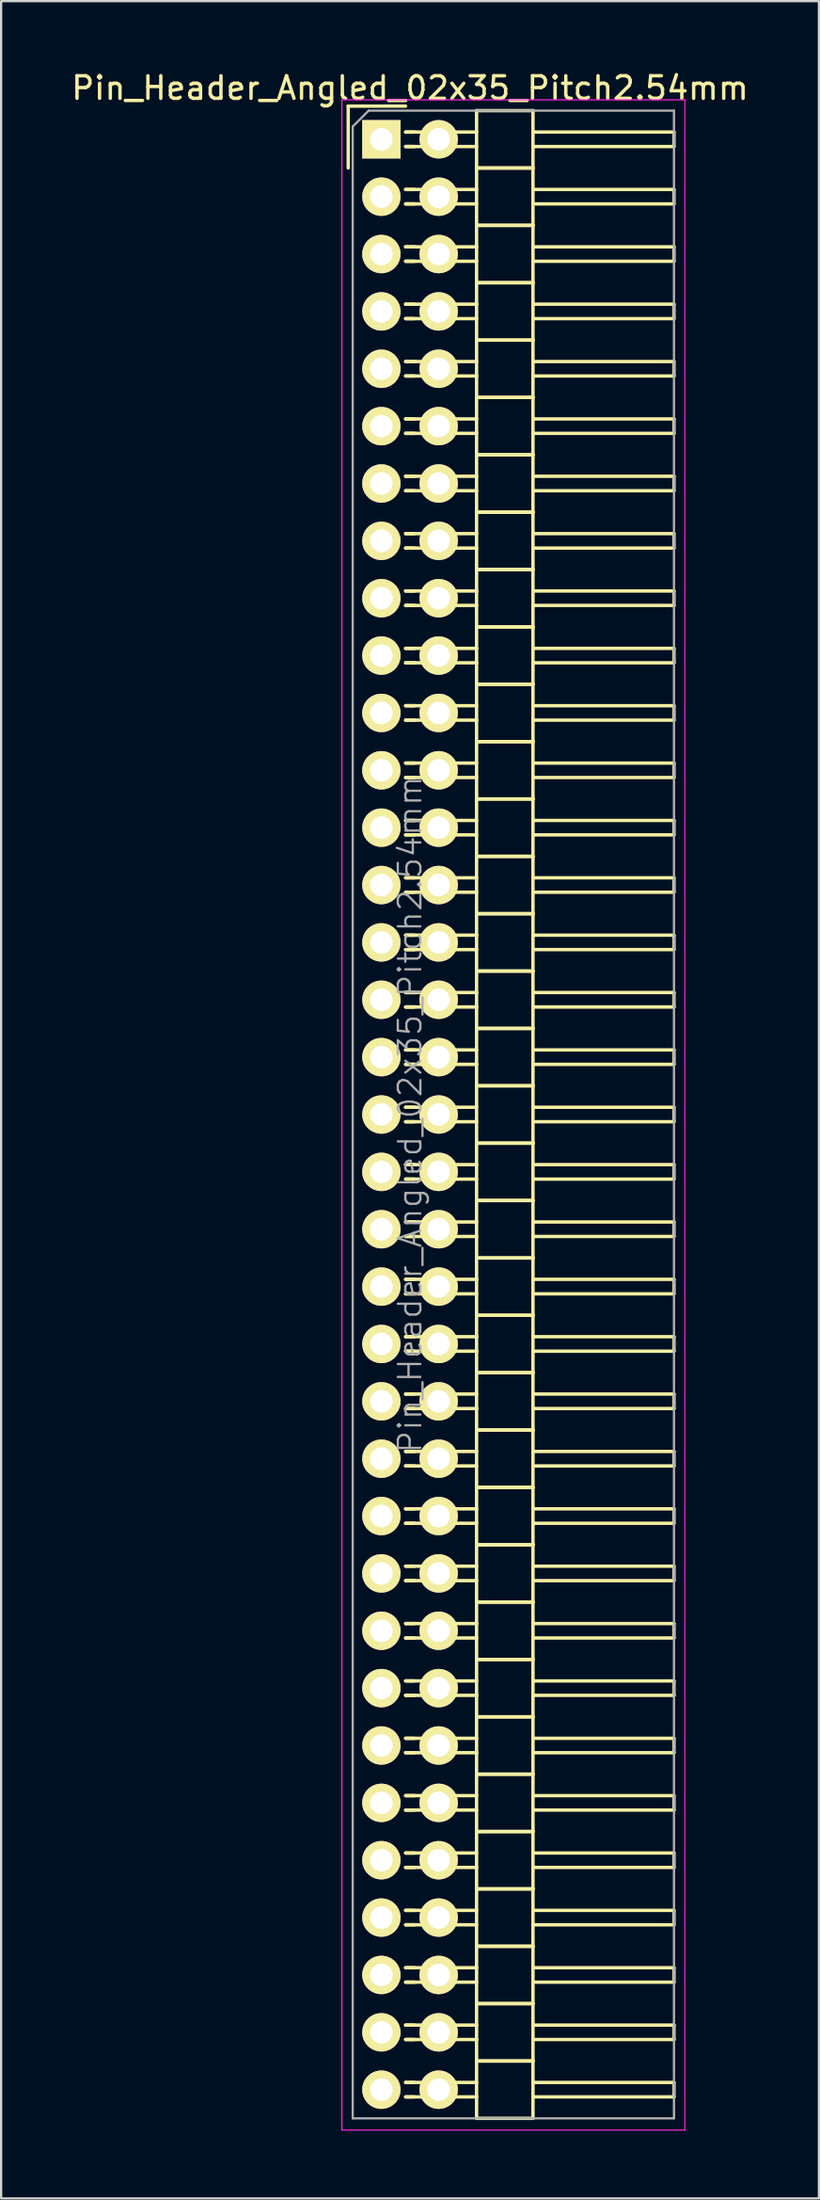
<source format=kicad_pcb>
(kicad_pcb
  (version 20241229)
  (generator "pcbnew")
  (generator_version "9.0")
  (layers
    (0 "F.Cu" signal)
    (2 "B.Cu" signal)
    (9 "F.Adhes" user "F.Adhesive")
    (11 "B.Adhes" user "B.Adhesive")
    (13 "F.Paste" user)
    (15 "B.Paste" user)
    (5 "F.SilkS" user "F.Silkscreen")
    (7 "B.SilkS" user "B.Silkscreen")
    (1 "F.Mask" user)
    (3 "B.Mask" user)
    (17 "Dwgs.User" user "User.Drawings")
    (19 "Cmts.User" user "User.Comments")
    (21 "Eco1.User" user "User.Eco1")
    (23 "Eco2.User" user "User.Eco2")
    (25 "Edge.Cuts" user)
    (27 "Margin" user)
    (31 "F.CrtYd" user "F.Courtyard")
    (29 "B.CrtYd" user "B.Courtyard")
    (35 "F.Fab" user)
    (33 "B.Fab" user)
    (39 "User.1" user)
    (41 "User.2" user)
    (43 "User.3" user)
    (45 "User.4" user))
  (footprint "Pin_Header_Angled_02x35_Pitch2.54mm"
    (layer "F.Cu")
    (at 13.855 3.118)
    (property "Reference" "Pin_Header_Angled_02x35_Pitch2.54mm" (at 1.27 -2.27 0) (layer "F.SilkS") (effects (font (size 1 1) (thickness 0.15))))
    (attr smd)
    (fp_line (start -1.47 -1.47) (end -1.47 1.27) (stroke (width 0.15) (type solid)) (layer "F.SilkS"))
    (fp_line (start -1.47 -1.47) (end 1.07 -1.47) (stroke (width 0.15) (type solid)) (layer "F.SilkS"))
    (fp_line (start 1.465 -0.32) (end 1.075 -0.32) (stroke (width 0.15) (type solid)) (layer "F.SilkS"))
    (fp_line (start 1.465 0.32) (end 1.075 0.32) (stroke (width 0.15) (type solid)) (layer "F.SilkS"))
    (fp_line (start 1.465 2.22) (end 1.075 2.22) (stroke (width 0.15) (type solid)) (layer "F.SilkS"))
    (fp_line (start 1.465 2.86) (end 1.075 2.86) (stroke (width 0.15) (type solid)) (layer "F.SilkS"))
    (fp_line (start 1.465 4.76) (end 1.075 4.76) (stroke (width 0.15) (type solid)) (layer "F.SilkS"))
    (fp_line (start 1.465 5.4) (end 1.075 5.4) (stroke (width 0.15) (type solid)) (layer "F.SilkS"))
    (fp_line (start 1.465 7.3) (end 1.075 7.3) (stroke (width 0.15) (type solid)) (layer "F.SilkS"))
    (fp_line (start 1.465 7.94) (end 1.075 7.94) (stroke (width 0.15) (type solid)) (layer "F.SilkS"))
    (fp_line (start 1.465 9.84) (end 1.075 9.84) (stroke (width 0.15) (type solid)) (layer "F.SilkS"))
    (fp_line (start 1.465 10.48) (end 1.075 10.48) (stroke (width 0.15) (type solid)) (layer "F.SilkS"))
    (fp_line (start 1.465 12.38) (end 1.075 12.38) (stroke (width 0.15) (type solid)) (layer "F.SilkS"))
    (fp_line (start 1.465 13.02) (end 1.075 13.02) (stroke (width 0.15) (type solid)) (layer "F.SilkS"))
    (fp_line (start 1.465 14.92) (end 1.075 14.92) (stroke (width 0.15) (type solid)) (layer "F.SilkS"))
    (fp_line (start 1.465 15.56) (end 1.075 15.56) (stroke (width 0.15) (type solid)) (layer "F.SilkS"))
    (fp_line (start 1.465 17.46) (end 1.075 17.46) (stroke (width 0.15) (type solid)) (layer "F.SilkS"))
    (fp_line (start 1.465 18.1) (end 1.075 18.1) (stroke (width 0.15) (type solid)) (layer "F.SilkS"))
    (fp_line (start 1.465 20) (end 1.075 20) (stroke (width 0.15) (type solid)) (layer "F.SilkS"))
    (fp_line (start 1.465 20.64) (end 1.075 20.64) (stroke (width 0.15) (type solid)) (layer "F.SilkS"))
    (fp_line (start 1.465 22.54) (end 1.075 22.54) (stroke (width 0.15) (type solid)) (layer "F.SilkS"))
    (fp_line (start 1.465 23.18) (end 1.075 23.18) (stroke (width 0.15) (type solid)) (layer "F.SilkS"))
    (fp_line (start 1.465 25.08) (end 1.075 25.08) (stroke (width 0.15) (type solid)) (layer "F.SilkS"))
    (fp_line (start 1.465 25.72) (end 1.075 25.72) (stroke (width 0.15) (type solid)) (layer "F.SilkS"))
    (fp_line (start 1.465 27.62) (end 1.075 27.62) (stroke (width 0.15) (type solid)) (layer "F.SilkS"))
    (fp_line (start 1.465 28.26) (end 1.075 28.26) (stroke (width 0.15) (type solid)) (layer "F.SilkS"))
    (fp_line (start 1.465 30.16) (end 1.075 30.16) (stroke (width 0.15) (type solid)) (layer "F.SilkS"))
    (fp_line (start 1.465 30.8) (end 1.075 30.8) (stroke (width 0.15) (type solid)) (layer "F.SilkS"))
    (fp_line (start 1.465 32.7) (end 1.075 32.7) (stroke (width 0.15) (type solid)) (layer "F.SilkS"))
    (fp_line (start 1.465 33.34) (end 1.075 33.34) (stroke (width 0.15) (type solid)) (layer "F.SilkS"))
    (fp_line (start 1.465 35.24) (end 1.075 35.24) (stroke (width 0.15) (type solid)) (layer "F.SilkS"))
    (fp_line (start 1.465 35.88) (end 1.075 35.88) (stroke (width 0.15) (type solid)) (layer "F.SilkS"))
    (fp_line (start 1.465 37.78) (end 1.075 37.78) (stroke (width 0.15) (type solid)) (layer "F.SilkS"))
    (fp_line (start 1.465 38.42) (end 1.075 38.42) (stroke (width 0.15) (type solid)) (layer "F.SilkS"))
    (fp_line (start 1.465 40.32) (end 1.075 40.32) (stroke (width 0.15) (type solid)) (layer "F.SilkS"))
    (fp_line (start 1.465 40.96) (end 1.075 40.96) (stroke (width 0.15) (type solid)) (layer "F.SilkS"))
    (fp_line (start 1.465 42.86) (end 1.075 42.86) (stroke (width 0.15) (type solid)) (layer "F.SilkS"))
    (fp_line (start 1.465 43.5) (end 1.075 43.5) (stroke (width 0.15) (type solid)) (layer "F.SilkS"))
    (fp_line (start 1.465 45.4) (end 1.075 45.4) (stroke (width 0.15) (type solid)) (layer "F.SilkS"))
    (fp_line (start 1.465 46.04) (end 1.075 46.04) (stroke (width 0.15) (type solid)) (layer "F.SilkS"))
    (fp_line (start 1.465 47.94) (end 1.075 47.94) (stroke (width 0.15) (type solid)) (layer "F.SilkS"))
    (fp_line (start 1.465 48.58) (end 1.075 48.58) (stroke (width 0.15) (type solid)) (layer "F.SilkS"))
    (fp_line (start 1.465 50.48) (end 1.075 50.48) (stroke (width 0.15) (type solid)) (layer "F.SilkS"))
    (fp_line (start 1.465 51.12) (end 1.075 51.12) (stroke (width 0.15) (type solid)) (layer "F.SilkS"))
    (fp_line (start 1.465 53.02) (end 1.075 53.02) (stroke (width 0.15) (type solid)) (layer "F.SilkS"))
    (fp_line (start 1.465 53.66) (end 1.075 53.66) (stroke (width 0.15) (type solid)) (layer "F.SilkS"))
    (fp_line (start 1.465 55.56) (end 1.075 55.56) (stroke (width 0.15) (type solid)) (layer "F.SilkS"))
    (fp_line (start 1.465 56.2) (end 1.075 56.2) (stroke (width 0.15) (type solid)) (layer "F.SilkS"))
    (fp_line (start 1.465 58.1) (end 1.075 58.1) (stroke (width 0.15) (type solid)) (layer "F.SilkS"))
    (fp_line (start 1.465 58.74) (end 1.075 58.74) (stroke (width 0.15) (type solid)) (layer "F.SilkS"))
    (fp_line (start 1.465 60.64) (end 1.075 60.64) (stroke (width 0.15) (type solid)) (layer "F.SilkS"))
    (fp_line (start 1.465 61.28) (end 1.075 61.28) (stroke (width 0.15) (type solid)) (layer "F.SilkS"))
    (fp_line (start 1.465 63.18) (end 1.075 63.18) (stroke (width 0.15) (type solid)) (layer "F.SilkS"))
    (fp_line (start 1.465 63.82) (end 1.075 63.82) (stroke (width 0.15) (type solid)) (layer "F.SilkS"))
    (fp_line (start 1.465 65.72) (end 1.075 65.72) (stroke (width 0.15) (type solid)) (layer "F.SilkS"))
    (fp_line (start 1.465 66.36) (end 1.075 66.36) (stroke (width 0.15) (type solid)) (layer "F.SilkS"))
    (fp_line (start 1.465 68.26) (end 1.075 68.26) (stroke (width 0.15) (type solid)) (layer "F.SilkS"))
    (fp_line (start 1.465 68.9) (end 1.075 68.9) (stroke (width 0.15) (type solid)) (layer "F.SilkS"))
    (fp_line (start 1.465 70.8) (end 1.075 70.8) (stroke (width 0.15) (type solid)) (layer "F.SilkS"))
    (fp_line (start 1.465 71.44) (end 1.075 71.44) (stroke (width 0.15) (type solid)) (layer "F.SilkS"))
    (fp_line (start 1.465 73.34) (end 1.075 73.34) (stroke (width 0.15) (type solid)) (layer "F.SilkS"))
    (fp_line (start 1.465 73.98) (end 1.075 73.98) (stroke (width 0.15) (type solid)) (layer "F.SilkS"))
    (fp_line (start 1.465 75.88) (end 1.075 75.88) (stroke (width 0.15) (type solid)) (layer "F.SilkS"))
    (fp_line (start 1.465 76.52) (end 1.075 76.52) (stroke (width 0.15) (type solid)) (layer "F.SilkS"))
    (fp_line (start 1.465 78.42) (end 1.075 78.42) (stroke (width 0.15) (type solid)) (layer "F.SilkS"))
    (fp_line (start 1.465 79.06) (end 1.075 79.06) (stroke (width 0.15) (type solid)) (layer "F.SilkS"))
    (fp_line (start 1.465 80.96) (end 1.075 80.96) (stroke (width 0.15) (type solid)) (layer "F.SilkS"))
    (fp_line (start 1.465 81.6) (end 1.075 81.6) (stroke (width 0.15) (type solid)) (layer "F.SilkS"))
    (fp_line (start 1.465 83.5) (end 1.075 83.5) (stroke (width 0.15) (type solid)) (layer "F.SilkS"))
    (fp_line (start 1.465 84.14) (end 1.075 84.14) (stroke (width 0.15) (type solid)) (layer "F.SilkS"))
    (fp_line (start 1.465 86.04) (end 1.075 86.04) (stroke (width 0.15) (type solid)) (layer "F.SilkS"))
    (fp_line (start 1.465 86.68) (end 1.075 86.68) (stroke (width 0.15) (type solid)) (layer "F.SilkS"))
    (fp_line (start 4.22 -0.32) (end 1.075 -0.32) (stroke (width 0.15) (type solid)) (layer "F.SilkS"))
    (fp_line (start 4.22 0.32) (end 1.075 0.32) (stroke (width 0.15) (type solid)) (layer "F.SilkS"))
    (fp_line (start 4.22 1.27) (end 4.22 -1.27) (stroke (width 0.15) (type solid)) (layer "F.SilkS"))
    (fp_line (start 4.22 2.22) (end 1.075 2.22) (stroke (width 0.15) (type solid)) (layer "F.SilkS"))
    (fp_line (start 4.22 2.86) (end 1.075 2.86) (stroke (width 0.15) (type solid)) (layer "F.SilkS"))
    (fp_line (start 4.22 3.81) (end 4.22 1.27) (stroke (width 0.15) (type solid)) (layer "F.SilkS"))
    (fp_line (start 4.22 4.76) (end 1.075 4.76) (stroke (width 0.15) (type solid)) (layer "F.SilkS"))
    (fp_line (start 4.22 5.4) (end 1.075 5.4) (stroke (width 0.15) (type solid)) (layer "F.SilkS"))
    (fp_line (start 4.22 6.35) (end 4.22 3.81) (stroke (width 0.15) (type solid)) (layer "F.SilkS"))
    (fp_line (start 4.22 7.3) (end 1.075 7.3) (stroke (width 0.15) (type solid)) (layer "F.SilkS"))
    (fp_line (start 4.22 7.94) (end 1.075 7.94) (stroke (width 0.15) (type solid)) (layer "F.SilkS"))
    (fp_line (start 4.22 8.89) (end 4.22 6.35) (stroke (width 0.15) (type solid)) (layer "F.SilkS"))
    (fp_line (start 4.22 9.84) (end 1.075 9.84) (stroke (width 0.15) (type solid)) (layer "F.SilkS"))
    (fp_line (start 4.22 10.48) (end 1.075 10.48) (stroke (width 0.15) (type solid)) (layer "F.SilkS"))
    (fp_line (start 4.22 11.43) (end 4.22 8.89) (stroke (width 0.15) (type solid)) (layer "F.SilkS"))
    (fp_line (start 4.22 12.38) (end 1.075 12.38) (stroke (width 0.15) (type solid)) (layer "F.SilkS"))
    (fp_line (start 4.22 13.02) (end 1.075 13.02) (stroke (width 0.15) (type solid)) (layer "F.SilkS"))
    (fp_line (start 4.22 13.97) (end 4.22 11.43) (stroke (width 0.15) (type solid)) (layer "F.SilkS"))
    (fp_line (start 4.22 14.92) (end 1.075 14.92) (stroke (width 0.15) (type solid)) (layer "F.SilkS"))
    (fp_line (start 4.22 15.56) (end 1.075 15.56) (stroke (width 0.15) (type solid)) (layer "F.SilkS"))
    (fp_line (start 4.22 16.51) (end 4.22 13.97) (stroke (width 0.15) (type solid)) (layer "F.SilkS"))
    (fp_line (start 4.22 17.46) (end 1.075 17.46) (stroke (width 0.15) (type solid)) (layer "F.SilkS"))
    (fp_line (start 4.22 18.1) (end 1.075 18.1) (stroke (width 0.15) (type solid)) (layer "F.SilkS"))
    (fp_line (start 4.22 19.05) (end 4.22 16.51) (stroke (width 0.15) (type solid)) (layer "F.SilkS"))
    (fp_line (start 4.22 20) (end 1.075 20) (stroke (width 0.15) (type solid)) (layer "F.SilkS"))
    (fp_line (start 4.22 20.64) (end 1.075 20.64) (stroke (width 0.15) (type solid)) (layer "F.SilkS"))
    (fp_line (start 4.22 21.59) (end 4.22 19.05) (stroke (width 0.15) (type solid)) (layer "F.SilkS"))
    (fp_line (start 4.22 22.54) (end 1.075 22.54) (stroke (width 0.15) (type solid)) (layer "F.SilkS"))
    (fp_line (start 4.22 23.18) (end 1.075 23.18) (stroke (width 0.15) (type solid)) (layer "F.SilkS"))
    (fp_line (start 4.22 24.13) (end 4.22 21.59) (stroke (width 0.15) (type solid)) (layer "F.SilkS"))
    (fp_line (start 4.22 25.08) (end 1.075 25.08) (stroke (width 0.15) (type solid)) (layer "F.SilkS"))
    (fp_line (start 4.22 25.72) (end 1.075 25.72) (stroke (width 0.15) (type solid)) (layer "F.SilkS"))
    (fp_line (start 4.22 26.67) (end 4.22 24.13) (stroke (width 0.15) (type solid)) (layer "F.SilkS"))
    (fp_line (start 4.22 27.62) (end 1.075 27.62) (stroke (width 0.15) (type solid)) (layer "F.SilkS"))
    (fp_line (start 4.22 28.26) (end 1.075 28.26) (stroke (width 0.15) (type solid)) (layer "F.SilkS"))
    (fp_line (start 4.22 29.21) (end 4.22 26.67) (stroke (width 0.15) (type solid)) (layer "F.SilkS"))
    (fp_line (start 4.22 30.16) (end 1.075 30.16) (stroke (width 0.15) (type solid)) (layer "F.SilkS"))
    (fp_line (start 4.22 30.8) (end 1.075 30.8) (stroke (width 0.15) (type solid)) (layer "F.SilkS"))
    (fp_line (start 4.22 31.75) (end 4.22 29.21) (stroke (width 0.15) (type solid)) (layer "F.SilkS"))
    (fp_line (start 4.22 32.7) (end 1.075 32.7) (stroke (width 0.15) (type solid)) (layer "F.SilkS"))
    (fp_line (start 4.22 33.34) (end 1.075 33.34) (stroke (width 0.15) (type solid)) (layer "F.SilkS"))
    (fp_line (start 4.22 34.29) (end 4.22 31.75) (stroke (width 0.15) (type solid)) (layer "F.SilkS"))
    (fp_line (start 4.22 35.24) (end 1.075 35.24) (stroke (width 0.15) (type solid)) (layer "F.SilkS"))
    (fp_line (start 4.22 35.88) (end 1.075 35.88) (stroke (width 0.15) (type solid)) (layer "F.SilkS"))
    (fp_line (start 4.22 36.83) (end 4.22 34.29) (stroke (width 0.15) (type solid)) (layer "F.SilkS"))
    (fp_line (start 4.22 37.78) (end 1.075 37.78) (stroke (width 0.15) (type solid)) (layer "F.SilkS"))
    (fp_line (start 4.22 38.42) (end 1.075 38.42) (stroke (width 0.15) (type solid)) (layer "F.SilkS"))
    (fp_line (start 4.22 39.37) (end 4.22 36.83) (stroke (width 0.15) (type solid)) (layer "F.SilkS"))
    (fp_line (start 4.22 40.32) (end 1.075 40.32) (stroke (width 0.15) (type solid)) (layer "F.SilkS"))
    (fp_line (start 4.22 40.96) (end 1.075 40.96) (stroke (width 0.15) (type solid)) (layer "F.SilkS"))
    (fp_line (start 4.22 41.91) (end 4.22 39.37) (stroke (width 0.15) (type solid)) (layer "F.SilkS"))
    (fp_line (start 4.22 42.86) (end 1.075 42.86) (stroke (width 0.15) (type solid)) (layer "F.SilkS"))
    (fp_line (start 4.22 43.5) (end 1.075 43.5) (stroke (width 0.15) (type solid)) (layer "F.SilkS"))
    (fp_line (start 4.22 44.45) (end 4.22 41.91) (stroke (width 0.15) (type solid)) (layer "F.SilkS"))
    (fp_line (start 4.22 45.4) (end 1.075 45.4) (stroke (width 0.15) (type solid)) (layer "F.SilkS"))
    (fp_line (start 4.22 46.04) (end 1.075 46.04) (stroke (width 0.15) (type solid)) (layer "F.SilkS"))
    (fp_line (start 4.22 46.99) (end 4.22 44.45) (stroke (width 0.15) (type solid)) (layer "F.SilkS"))
    (fp_line (start 4.22 47.94) (end 1.075 47.94) (stroke (width 0.15) (type solid)) (layer "F.SilkS"))
    (fp_line (start 4.22 48.58) (end 1.075 48.58) (stroke (width 0.15) (type solid)) (layer "F.SilkS"))
    (fp_line (start 4.22 49.53) (end 4.22 46.99) (stroke (width 0.15) (type solid)) (layer "F.SilkS"))
    (fp_line (start 4.22 50.48) (end 1.075 50.48) (stroke (width 0.15) (type solid)) (layer "F.SilkS"))
    (fp_line (start 4.22 51.12) (end 1.075 51.12) (stroke (width 0.15) (type solid)) (layer "F.SilkS"))
    (fp_line (start 4.22 52.07) (end 4.22 49.53) (stroke (width 0.15) (type solid)) (layer "F.SilkS"))
    (fp_line (start 4.22 53.02) (end 1.075 53.02) (stroke (width 0.15) (type solid)) (layer "F.SilkS"))
    (fp_line (start 4.22 53.66) (end 1.075 53.66) (stroke (width 0.15) (type solid)) (layer "F.SilkS"))
    (fp_line (start 4.22 54.61) (end 4.22 52.07) (stroke (width 0.15) (type solid)) (layer "F.SilkS"))
    (fp_line (start 4.22 55.56) (end 1.075 55.56) (stroke (width 0.15) (type solid)) (layer "F.SilkS"))
    (fp_line (start 4.22 56.2) (end 1.075 56.2) (stroke (width 0.15) (type solid)) (layer "F.SilkS"))
    (fp_line (start 4.22 57.15) (end 4.22 54.61) (stroke (width 0.15) (type solid)) (layer "F.SilkS"))
    (fp_line (start 4.22 58.1) (end 1.075 58.1) (stroke (width 0.15) (type solid)) (layer "F.SilkS"))
    (fp_line (start 4.22 58.74) (end 1.075 58.74) (stroke (width 0.15) (type solid)) (layer "F.SilkS"))
    (fp_line (start 4.22 59.69) (end 4.22 57.15) (stroke (width 0.15) (type solid)) (layer "F.SilkS"))
    (fp_line (start 4.22 60.64) (end 1.075 60.64) (stroke (width 0.15) (type solid)) (layer "F.SilkS"))
    (fp_line (start 4.22 61.28) (end 1.075 61.28) (stroke (width 0.15) (type solid)) (layer "F.SilkS"))
    (fp_line (start 4.22 62.23) (end 4.22 59.69) (stroke (width 0.15) (type solid)) (layer "F.SilkS"))
    (fp_line (start 4.22 63.18) (end 1.075 63.18) (stroke (width 0.15) (type solid)) (layer "F.SilkS"))
    (fp_line (start 4.22 63.82) (end 1.075 63.82) (stroke (width 0.15) (type solid)) (layer "F.SilkS"))
    (fp_line (start 4.22 64.77) (end 4.22 62.23) (stroke (width 0.15) (type solid)) (layer "F.SilkS"))
    (fp_line (start 4.22 65.72) (end 1.075 65.72) (stroke (width 0.15) (type solid)) (layer "F.SilkS"))
    (fp_line (start 4.22 66.36) (end 1.075 66.36) (stroke (width 0.15) (type solid)) (layer "F.SilkS"))
    (fp_line (start 4.22 67.31) (end 4.22 64.77) (stroke (width 0.15) (type solid)) (layer "F.SilkS"))
    (fp_line (start 4.22 68.26) (end 1.075 68.26) (stroke (width 0.15) (type solid)) (layer "F.SilkS"))
    (fp_line (start 4.22 68.9) (end 1.075 68.9) (stroke (width 0.15) (type solid)) (layer "F.SilkS"))
    (fp_line (start 4.22 69.85) (end 4.22 67.31) (stroke (width 0.15) (type solid)) (layer "F.SilkS"))
    (fp_line (start 4.22 70.8) (end 1.075 70.8) (stroke (width 0.15) (type solid)) (layer "F.SilkS"))
    (fp_line (start 4.22 71.44) (end 1.075 71.44) (stroke (width 0.15) (type solid)) (layer "F.SilkS"))
    (fp_line (start 4.22 72.39) (end 4.22 69.85) (stroke (width 0.15) (type solid)) (layer "F.SilkS"))
    (fp_line (start 4.22 73.34) (end 1.075 73.34) (stroke (width 0.15) (type solid)) (layer "F.SilkS"))
    (fp_line (start 4.22 73.98) (end 1.075 73.98) (stroke (width 0.15) (type solid)) (layer "F.SilkS"))
    (fp_line (start 4.22 74.93) (end 4.22 72.39) (stroke (width 0.15) (type solid)) (layer "F.SilkS"))
    (fp_line (start 4.22 75.88) (end 1.075 75.88) (stroke (width 0.15) (type solid)) (layer "F.SilkS"))
    (fp_line (start 4.22 76.52) (end 1.075 76.52) (stroke (width 0.15) (type solid)) (layer "F.SilkS"))
    (fp_line (start 4.22 77.47) (end 4.22 74.93) (stroke (width 0.15) (type solid)) (layer "F.SilkS"))
    (fp_line (start 4.22 78.42) (end 1.075 78.42) (stroke (width 0.15) (type solid)) (layer "F.SilkS"))
    (fp_line (start 4.22 79.06) (end 1.075 79.06) (stroke (width 0.15) (type solid)) (layer "F.SilkS"))
    (fp_line (start 4.22 80.01) (end 4.22 77.47) (stroke (width 0.15) (type solid)) (layer "F.SilkS"))
    (fp_line (start 4.22 80.96) (end 1.075 80.96) (stroke (width 0.15) (type solid)) (layer "F.SilkS"))
    (fp_line (start 4.22 81.6) (end 1.075 81.6) (stroke (width 0.15) (type solid)) (layer "F.SilkS"))
    (fp_line (start 4.22 82.55) (end 4.22 80.01) (stroke (width 0.15) (type solid)) (layer "F.SilkS"))
    (fp_line (start 4.22 83.5) (end 1.075 83.5) (stroke (width 0.15) (type solid)) (layer "F.SilkS"))
    (fp_line (start 4.22 84.14) (end 1.075 84.14) (stroke (width 0.15) (type solid)) (layer "F.SilkS"))
    (fp_line (start 4.22 85.09) (end 4.22 82.55) (stroke (width 0.15) (type solid)) (layer "F.SilkS"))
    (fp_line (start 4.22 86.04) (end 1.075 86.04) (stroke (width 0.15) (type solid)) (layer "F.SilkS"))
    (fp_line (start 4.22 86.68) (end 1.075 86.68) (stroke (width 0.15) (type solid)) (layer "F.SilkS"))
    (fp_line (start 4.22 87.63) (end 4.22 85.09) (stroke (width 0.15) (type solid)) (layer "F.SilkS"))
    (fp_line (start 6.72 -1.27) (end 4.22 -1.27) (stroke (width 0.15) (type solid)) (layer "F.SilkS"))
    (fp_line (start 6.72 -0.32) (end 12.97 -0.32) (stroke (width 0.15) (type solid)) (layer "F.SilkS"))
    (fp_line (start 6.72 0.32) (end 12.97 0.32) (stroke (width 0.15) (type solid)) (layer "F.SilkS"))
    (fp_line (start 6.72 1.27) (end 4.22 1.27) (stroke (width 0.15) (type solid)) (layer "F.SilkS"))
    (fp_line (start 6.72 1.27) (end 4.22 1.27) (stroke (width 0.15) (type solid)) (layer "F.SilkS"))
    (fp_line (start 6.72 1.27) (end 6.72 -1.27) (stroke (width 0.15) (type solid)) (layer "F.SilkS"))
    (fp_line (start 6.72 2.22) (end 12.97 2.22) (stroke (width 0.15) (type solid)) (layer "F.SilkS"))
    (fp_line (start 6.72 2.86) (end 12.97 2.86) (stroke (width 0.15) (type solid)) (layer "F.SilkS"))
    (fp_line (start 6.72 3.81) (end 4.22 3.81) (stroke (width 0.15) (type solid)) (layer "F.SilkS"))
    (fp_line (start 6.72 3.81) (end 4.22 3.81) (stroke (width 0.15) (type solid)) (layer "F.SilkS"))
    (fp_line (start 6.72 3.81) (end 6.72 1.27) (stroke (width 0.15) (type solid)) (layer "F.SilkS"))
    (fp_line (start 6.72 4.76) (end 12.97 4.76) (stroke (width 0.15) (type solid)) (layer "F.SilkS"))
    (fp_line (start 6.72 5.4) (end 12.97 5.4) (stroke (width 0.15) (type solid)) (layer "F.SilkS"))
    (fp_line (start 6.72 6.35) (end 4.22 6.35) (stroke (width 0.15) (type solid)) (layer "F.SilkS"))
    (fp_line (start 6.72 6.35) (end 4.22 6.35) (stroke (width 0.15) (type solid)) (layer "F.SilkS"))
    (fp_line (start 6.72 6.35) (end 6.72 3.81) (stroke (width 0.15) (type solid)) (layer "F.SilkS"))
    (fp_line (start 6.72 7.3) (end 12.97 7.3) (stroke (width 0.15) (type solid)) (layer "F.SilkS"))
    (fp_line (start 6.72 7.94) (end 12.97 7.94) (stroke (width 0.15) (type solid)) (layer "F.SilkS"))
    (fp_line (start 6.72 8.89) (end 4.22 8.89) (stroke (width 0.15) (type solid)) (layer "F.SilkS"))
    (fp_line (start 6.72 8.89) (end 4.22 8.89) (stroke (width 0.15) (type solid)) (layer "F.SilkS"))
    (fp_line (start 6.72 8.89) (end 6.72 6.35) (stroke (width 0.15) (type solid)) (layer "F.SilkS"))
    (fp_line (start 6.72 9.84) (end 12.97 9.84) (stroke (width 0.15) (type solid)) (layer "F.SilkS"))
    (fp_line (start 6.72 10.48) (end 12.97 10.48) (stroke (width 0.15) (type solid)) (layer "F.SilkS"))
    (fp_line (start 6.72 11.43) (end 4.22 11.43) (stroke (width 0.15) (type solid)) (layer "F.SilkS"))
    (fp_line (start 6.72 11.43) (end 4.22 11.43) (stroke (width 0.15) (type solid)) (layer "F.SilkS"))
    (fp_line (start 6.72 11.43) (end 6.72 8.89) (stroke (width 0.15) (type solid)) (layer "F.SilkS"))
    (fp_line (start 6.72 12.38) (end 12.97 12.38) (stroke (width 0.15) (type solid)) (layer "F.SilkS"))
    (fp_line (start 6.72 13.02) (end 12.97 13.02) (stroke (width 0.15) (type solid)) (layer "F.SilkS"))
    (fp_line (start 6.72 13.97) (end 4.22 13.97) (stroke (width 0.15) (type solid)) (layer "F.SilkS"))
    (fp_line (start 6.72 13.97) (end 4.22 13.97) (stroke (width 0.15) (type solid)) (layer "F.SilkS"))
    (fp_line (start 6.72 13.97) (end 6.72 11.43) (stroke (width 0.15) (type solid)) (layer "F.SilkS"))
    (fp_line (start 6.72 14.92) (end 12.97 14.92) (stroke (width 0.15) (type solid)) (layer "F.SilkS"))
    (fp_line (start 6.72 15.56) (end 12.97 15.56) (stroke (width 0.15) (type solid)) (layer "F.SilkS"))
    (fp_line (start 6.72 16.51) (end 4.22 16.51) (stroke (width 0.15) (type solid)) (layer "F.SilkS"))
    (fp_line (start 6.72 16.51) (end 4.22 16.51) (stroke (width 0.15) (type solid)) (layer "F.SilkS"))
    (fp_line (start 6.72 16.51) (end 6.72 13.97) (stroke (width 0.15) (type solid)) (layer "F.SilkS"))
    (fp_line (start 6.72 17.46) (end 12.97 17.46) (stroke (width 0.15) (type solid)) (layer "F.SilkS"))
    (fp_line (start 6.72 18.1) (end 12.97 18.1) (stroke (width 0.15) (type solid)) (layer "F.SilkS"))
    (fp_line (start 6.72 19.05) (end 4.22 19.05) (stroke (width 0.15) (type solid)) (layer "F.SilkS"))
    (fp_line (start 6.72 19.05) (end 4.22 19.05) (stroke (width 0.15) (type solid)) (layer "F.SilkS"))
    (fp_line (start 6.72 19.05) (end 6.72 16.51) (stroke (width 0.15) (type solid)) (layer "F.SilkS"))
    (fp_line (start 6.72 20) (end 12.97 20) (stroke (width 0.15) (type solid)) (layer "F.SilkS"))
    (fp_line (start 6.72 20.64) (end 12.97 20.64) (stroke (width 0.15) (type solid)) (layer "F.SilkS"))
    (fp_line (start 6.72 21.59) (end 4.22 21.59) (stroke (width 0.15) (type solid)) (layer "F.SilkS"))
    (fp_line (start 6.72 21.59) (end 4.22 21.59) (stroke (width 0.15) (type solid)) (layer "F.SilkS"))
    (fp_line (start 6.72 21.59) (end 6.72 19.05) (stroke (width 0.15) (type solid)) (layer "F.SilkS"))
    (fp_line (start 6.72 22.54) (end 12.97 22.54) (stroke (width 0.15) (type solid)) (layer "F.SilkS"))
    (fp_line (start 6.72 23.18) (end 12.97 23.18) (stroke (width 0.15) (type solid)) (layer "F.SilkS"))
    (fp_line (start 6.72 24.13) (end 4.22 24.13) (stroke (width 0.15) (type solid)) (layer "F.SilkS"))
    (fp_line (start 6.72 24.13) (end 4.22 24.13) (stroke (width 0.15) (type solid)) (layer "F.SilkS"))
    (fp_line (start 6.72 24.13) (end 6.72 21.59) (stroke (width 0.15) (type solid)) (layer "F.SilkS"))
    (fp_line (start 6.72 25.08) (end 12.97 25.08) (stroke (width 0.15) (type solid)) (layer "F.SilkS"))
    (fp_line (start 6.72 25.72) (end 12.97 25.72) (stroke (width 0.15) (type solid)) (layer "F.SilkS"))
    (fp_line (start 6.72 26.67) (end 4.22 26.67) (stroke (width 0.15) (type solid)) (layer "F.SilkS"))
    (fp_line (start 6.72 26.67) (end 4.22 26.67) (stroke (width 0.15) (type solid)) (layer "F.SilkS"))
    (fp_line (start 6.72 26.67) (end 6.72 24.13) (stroke (width 0.15) (type solid)) (layer "F.SilkS"))
    (fp_line (start 6.72 27.62) (end 12.97 27.62) (stroke (width 0.15) (type solid)) (layer "F.SilkS"))
    (fp_line (start 6.72 28.26) (end 12.97 28.26) (stroke (width 0.15) (type solid)) (layer "F.SilkS"))
    (fp_line (start 6.72 29.21) (end 4.22 29.21) (stroke (width 0.15) (type solid)) (layer "F.SilkS"))
    (fp_line (start 6.72 29.21) (end 4.22 29.21) (stroke (width 0.15) (type solid)) (layer "F.SilkS"))
    (fp_line (start 6.72 29.21) (end 6.72 26.67) (stroke (width 0.15) (type solid)) (layer "F.SilkS"))
    (fp_line (start 6.72 30.16) (end 12.97 30.16) (stroke (width 0.15) (type solid)) (layer "F.SilkS"))
    (fp_line (start 6.72 30.8) (end 12.97 30.8) (stroke (width 0.15) (type solid)) (layer "F.SilkS"))
    (fp_line (start 6.72 31.75) (end 4.22 31.75) (stroke (width 0.15) (type solid)) (layer "F.SilkS"))
    (fp_line (start 6.72 31.75) (end 4.22 31.75) (stroke (width 0.15) (type solid)) (layer "F.SilkS"))
    (fp_line (start 6.72 31.75) (end 6.72 29.21) (stroke (width 0.15) (type solid)) (layer "F.SilkS"))
    (fp_line (start 6.72 32.7) (end 12.97 32.7) (stroke (width 0.15) (type solid)) (layer "F.SilkS"))
    (fp_line (start 6.72 33.34) (end 12.97 33.34) (stroke (width 0.15) (type solid)) (layer "F.SilkS"))
    (fp_line (start 6.72 34.29) (end 4.22 34.29) (stroke (width 0.15) (type solid)) (layer "F.SilkS"))
    (fp_line (start 6.72 34.29) (end 4.22 34.29) (stroke (width 0.15) (type solid)) (layer "F.SilkS"))
    (fp_line (start 6.72 34.29) (end 6.72 31.75) (stroke (width 0.15) (type solid)) (layer "F.SilkS"))
    (fp_line (start 6.72 35.24) (end 12.97 35.24) (stroke (width 0.15) (type solid)) (layer "F.SilkS"))
    (fp_line (start 6.72 35.88) (end 12.97 35.88) (stroke (width 0.15) (type solid)) (layer "F.SilkS"))
    (fp_line (start 6.72 36.83) (end 4.22 36.83) (stroke (width 0.15) (type solid)) (layer "F.SilkS"))
    (fp_line (start 6.72 36.83) (end 4.22 36.83) (stroke (width 0.15) (type solid)) (layer "F.SilkS"))
    (fp_line (start 6.72 36.83) (end 6.72 34.29) (stroke (width 0.15) (type solid)) (layer "F.SilkS"))
    (fp_line (start 6.72 37.78) (end 12.97 37.78) (stroke (width 0.15) (type solid)) (layer "F.SilkS"))
    (fp_line (start 6.72 38.42) (end 12.97 38.42) (stroke (width 0.15) (type solid)) (layer "F.SilkS"))
    (fp_line (start 6.72 39.37) (end 4.22 39.37) (stroke (width 0.15) (type solid)) (layer "F.SilkS"))
    (fp_line (start 6.72 39.37) (end 4.22 39.37) (stroke (width 0.15) (type solid)) (layer "F.SilkS"))
    (fp_line (start 6.72 39.37) (end 6.72 36.83) (stroke (width 0.15) (type solid)) (layer "F.SilkS"))
    (fp_line (start 6.72 40.32) (end 12.97 40.32) (stroke (width 0.15) (type solid)) (layer "F.SilkS"))
    (fp_line (start 6.72 40.96) (end 12.97 40.96) (stroke (width 0.15) (type solid)) (layer "F.SilkS"))
    (fp_line (start 6.72 41.91) (end 4.22 41.91) (stroke (width 0.15) (type solid)) (layer "F.SilkS"))
    (fp_line (start 6.72 41.91) (end 4.22 41.91) (stroke (width 0.15) (type solid)) (layer "F.SilkS"))
    (fp_line (start 6.72 41.91) (end 6.72 39.37) (stroke (width 0.15) (type solid)) (layer "F.SilkS"))
    (fp_line (start 6.72 42.86) (end 12.97 42.86) (stroke (width 0.15) (type solid)) (layer "F.SilkS"))
    (fp_line (start 6.72 43.5) (end 12.97 43.5) (stroke (width 0.15) (type solid)) (layer "F.SilkS"))
    (fp_line (start 6.72 44.45) (end 4.22 44.45) (stroke (width 0.15) (type solid)) (layer "F.SilkS"))
    (fp_line (start 6.72 44.45) (end 4.22 44.45) (stroke (width 0.15) (type solid)) (layer "F.SilkS"))
    (fp_line (start 6.72 44.45) (end 6.72 41.91) (stroke (width 0.15) (type solid)) (layer "F.SilkS"))
    (fp_line (start 6.72 45.4) (end 12.97 45.4) (stroke (width 0.15) (type solid)) (layer "F.SilkS"))
    (fp_line (start 6.72 46.04) (end 12.97 46.04) (stroke (width 0.15) (type solid)) (layer "F.SilkS"))
    (fp_line (start 6.72 46.99) (end 4.22 46.99) (stroke (width 0.15) (type solid)) (layer "F.SilkS"))
    (fp_line (start 6.72 46.99) (end 4.22 46.99) (stroke (width 0.15) (type solid)) (layer "F.SilkS"))
    (fp_line (start 6.72 46.99) (end 6.72 44.45) (stroke (width 0.15) (type solid)) (layer "F.SilkS"))
    (fp_line (start 6.72 47.94) (end 12.97 47.94) (stroke (width 0.15) (type solid)) (layer "F.SilkS"))
    (fp_line (start 6.72 48.58) (end 12.97 48.58) (stroke (width 0.15) (type solid)) (layer "F.SilkS"))
    (fp_line (start 6.72 49.53) (end 4.22 49.53) (stroke (width 0.15) (type solid)) (layer "F.SilkS"))
    (fp_line (start 6.72 49.53) (end 4.22 49.53) (stroke (width 0.15) (type solid)) (layer "F.SilkS"))
    (fp_line (start 6.72 49.53) (end 6.72 46.99) (stroke (width 0.15) (type solid)) (layer "F.SilkS"))
    (fp_line (start 6.72 50.48) (end 12.97 50.48) (stroke (width 0.15) (type solid)) (layer "F.SilkS"))
    (fp_line (start 6.72 51.12) (end 12.97 51.12) (stroke (width 0.15) (type solid)) (layer "F.SilkS"))
    (fp_line (start 6.72 52.07) (end 4.22 52.07) (stroke (width 0.15) (type solid)) (layer "F.SilkS"))
    (fp_line (start 6.72 52.07) (end 4.22 52.07) (stroke (width 0.15) (type solid)) (layer "F.SilkS"))
    (fp_line (start 6.72 52.07) (end 6.72 49.53) (stroke (width 0.15) (type solid)) (layer "F.SilkS"))
    (fp_line (start 6.72 53.02) (end 12.97 53.02) (stroke (width 0.15) (type solid)) (layer "F.SilkS"))
    (fp_line (start 6.72 53.66) (end 12.97 53.66) (stroke (width 0.15) (type solid)) (layer "F.SilkS"))
    (fp_line (start 6.72 54.61) (end 4.22 54.61) (stroke (width 0.15) (type solid)) (layer "F.SilkS"))
    (fp_line (start 6.72 54.61) (end 4.22 54.61) (stroke (width 0.15) (type solid)) (layer "F.SilkS"))
    (fp_line (start 6.72 54.61) (end 6.72 52.07) (stroke (width 0.15) (type solid)) (layer "F.SilkS"))
    (fp_line (start 6.72 55.56) (end 12.97 55.56) (stroke (width 0.15) (type solid)) (layer "F.SilkS"))
    (fp_line (start 6.72 56.2) (end 12.97 56.2) (stroke (width 0.15) (type solid)) (layer "F.SilkS"))
    (fp_line (start 6.72 57.15) (end 4.22 57.15) (stroke (width 0.15) (type solid)) (layer "F.SilkS"))
    (fp_line (start 6.72 57.15) (end 4.22 57.15) (stroke (width 0.15) (type solid)) (layer "F.SilkS"))
    (fp_line (start 6.72 57.15) (end 6.72 54.61) (stroke (width 0.15) (type solid)) (layer "F.SilkS"))
    (fp_line (start 6.72 58.1) (end 12.97 58.1) (stroke (width 0.15) (type solid)) (layer "F.SilkS"))
    (fp_line (start 6.72 58.74) (end 12.97 58.74) (stroke (width 0.15) (type solid)) (layer "F.SilkS"))
    (fp_line (start 6.72 59.69) (end 4.22 59.69) (stroke (width 0.15) (type solid)) (layer "F.SilkS"))
    (fp_line (start 6.72 59.69) (end 4.22 59.69) (stroke (width 0.15) (type solid)) (layer "F.SilkS"))
    (fp_line (start 6.72 59.69) (end 6.72 57.15) (stroke (width 0.15) (type solid)) (layer "F.SilkS"))
    (fp_line (start 6.72 60.64) (end 12.97 60.64) (stroke (width 0.15) (type solid)) (layer "F.SilkS"))
    (fp_line (start 6.72 61.28) (end 12.97 61.28) (stroke (width 0.15) (type solid)) (layer "F.SilkS"))
    (fp_line (start 6.72 62.23) (end 4.22 62.23) (stroke (width 0.15) (type solid)) (layer "F.SilkS"))
    (fp_line (start 6.72 62.23) (end 4.22 62.23) (stroke (width 0.15) (type solid)) (layer "F.SilkS"))
    (fp_line (start 6.72 62.23) (end 6.72 59.69) (stroke (width 0.15) (type solid)) (layer "F.SilkS"))
    (fp_line (start 6.72 63.18) (end 12.97 63.18) (stroke (width 0.15) (type solid)) (layer "F.SilkS"))
    (fp_line (start 6.72 63.82) (end 12.97 63.82) (stroke (width 0.15) (type solid)) (layer "F.SilkS"))
    (fp_line (start 6.72 64.77) (end 4.22 64.77) (stroke (width 0.15) (type solid)) (layer "F.SilkS"))
    (fp_line (start 6.72 64.77) (end 4.22 64.77) (stroke (width 0.15) (type solid)) (layer "F.SilkS"))
    (fp_line (start 6.72 64.77) (end 6.72 62.23) (stroke (width 0.15) (type solid)) (layer "F.SilkS"))
    (fp_line (start 6.72 65.72) (end 12.97 65.72) (stroke (width 0.15) (type solid)) (layer "F.SilkS"))
    (fp_line (start 6.72 66.36) (end 12.97 66.36) (stroke (width 0.15) (type solid)) (layer "F.SilkS"))
    (fp_line (start 6.72 67.31) (end 4.22 67.31) (stroke (width 0.15) (type solid)) (layer "F.SilkS"))
    (fp_line (start 6.72 67.31) (end 4.22 67.31) (stroke (width 0.15) (type solid)) (layer "F.SilkS"))
    (fp_line (start 6.72 67.31) (end 6.72 64.77) (stroke (width 0.15) (type solid)) (layer "F.SilkS"))
    (fp_line (start 6.72 68.26) (end 12.97 68.26) (stroke (width 0.15) (type solid)) (layer "F.SilkS"))
    (fp_line (start 6.72 68.9) (end 12.97 68.9) (stroke (width 0.15) (type solid)) (layer "F.SilkS"))
    (fp_line (start 6.72 69.85) (end 4.22 69.85) (stroke (width 0.15) (type solid)) (layer "F.SilkS"))
    (fp_line (start 6.72 69.85) (end 4.22 69.85) (stroke (width 0.15) (type solid)) (layer "F.SilkS"))
    (fp_line (start 6.72 69.85) (end 6.72 67.31) (stroke (width 0.15) (type solid)) (layer "F.SilkS"))
    (fp_line (start 6.72 70.8) (end 12.97 70.8) (stroke (width 0.15) (type solid)) (layer "F.SilkS"))
    (fp_line (start 6.72 71.44) (end 12.97 71.44) (stroke (width 0.15) (type solid)) (layer "F.SilkS"))
    (fp_line (start 6.72 72.39) (end 4.22 72.39) (stroke (width 0.15) (type solid)) (layer "F.SilkS"))
    (fp_line (start 6.72 72.39) (end 4.22 72.39) (stroke (width 0.15) (type solid)) (layer "F.SilkS"))
    (fp_line (start 6.72 72.39) (end 6.72 69.85) (stroke (width 0.15) (type solid)) (layer "F.SilkS"))
    (fp_line (start 6.72 73.34) (end 12.97 73.34) (stroke (width 0.15) (type solid)) (layer "F.SilkS"))
    (fp_line (start 6.72 73.98) (end 12.97 73.98) (stroke (width 0.15) (type solid)) (layer "F.SilkS"))
    (fp_line (start 6.72 74.93) (end 4.22 74.93) (stroke (width 0.15) (type solid)) (layer "F.SilkS"))
    (fp_line (start 6.72 74.93) (end 4.22 74.93) (stroke (width 0.15) (type solid)) (layer "F.SilkS"))
    (fp_line (start 6.72 74.93) (end 6.72 72.39) (stroke (width 0.15) (type solid)) (layer "F.SilkS"))
    (fp_line (start 6.72 75.88) (end 12.97 75.88) (stroke (width 0.15) (type solid)) (layer "F.SilkS"))
    (fp_line (start 6.72 76.52) (end 12.97 76.52) (stroke (width 0.15) (type solid)) (layer "F.SilkS"))
    (fp_line (start 6.72 77.47) (end 4.22 77.47) (stroke (width 0.15) (type solid)) (layer "F.SilkS"))
    (fp_line (start 6.72 77.47) (end 4.22 77.47) (stroke (width 0.15) (type solid)) (layer "F.SilkS"))
    (fp_line (start 6.72 77.47) (end 6.72 74.93) (stroke (width 0.15) (type solid)) (layer "F.SilkS"))
    (fp_line (start 6.72 78.42) (end 12.97 78.42) (stroke (width 0.15) (type solid)) (layer "F.SilkS"))
    (fp_line (start 6.72 79.06) (end 12.97 79.06) (stroke (width 0.15) (type solid)) (layer "F.SilkS"))
    (fp_line (start 6.72 80.01) (end 4.22 80.01) (stroke (width 0.15) (type solid)) (layer "F.SilkS"))
    (fp_line (start 6.72 80.01) (end 4.22 80.01) (stroke (width 0.15) (type solid)) (layer "F.SilkS"))
    (fp_line (start 6.72 80.01) (end 6.72 77.47) (stroke (width 0.15) (type solid)) (layer "F.SilkS"))
    (fp_line (start 6.72 80.96) (end 12.97 80.96) (stroke (width 0.15) (type solid)) (layer "F.SilkS"))
    (fp_line (start 6.72 81.6) (end 12.97 81.6) (stroke (width 0.15) (type solid)) (layer "F.SilkS"))
    (fp_line (start 6.72 82.55) (end 4.22 82.55) (stroke (width 0.15) (type solid)) (layer "F.SilkS"))
    (fp_line (start 6.72 82.55) (end 4.22 82.55) (stroke (width 0.15) (type solid)) (layer "F.SilkS"))
    (fp_line (start 6.72 82.55) (end 6.72 80.01) (stroke (width 0.15) (type solid)) (layer "F.SilkS"))
    (fp_line (start 6.72 83.5) (end 12.97 83.5) (stroke (width 0.15) (type solid)) (layer "F.SilkS"))
    (fp_line (start 6.72 84.14) (end 12.97 84.14) (stroke (width 0.15) (type solid)) (layer "F.SilkS"))
    (fp_line (start 6.72 85.09) (end 4.22 85.09) (stroke (width 0.15) (type solid)) (layer "F.SilkS"))
    (fp_line (start 6.72 85.09) (end 4.22 85.09) (stroke (width 0.15) (type solid)) (layer "F.SilkS"))
    (fp_line (start 6.72 85.09) (end 6.72 82.55) (stroke (width 0.15) (type solid)) (layer "F.SilkS"))
    (fp_line (start 6.72 86.04) (end 12.97 86.04) (stroke (width 0.15) (type solid)) (layer "F.SilkS"))
    (fp_line (start 6.72 86.68) (end 12.97 86.68) (stroke (width 0.15) (type solid)) (layer "F.SilkS"))
    (fp_line (start 6.72 87.63) (end 4.22 87.63) (stroke (width 0.15) (type solid)) (layer "F.SilkS"))
    (fp_line (start 6.72 87.63) (end 6.72 85.09) (stroke (width 0.15) (type solid)) (layer "F.SilkS"))
    (fp_line (start 12.97 0.32) (end 12.97 -0.32) (stroke (width 0.15) (type solid)) (layer "F.SilkS"))
    (fp_line (start 12.97 2.86) (end 12.97 2.22) (stroke (width 0.15) (type solid)) (layer "F.SilkS"))
    (fp_line (start 12.97 5.4) (end 12.97 4.76) (stroke (width 0.15) (type solid)) (layer "F.SilkS"))
    (fp_line (start 12.97 7.94) (end 12.97 7.3) (stroke (width 0.15) (type solid)) (layer "F.SilkS"))
    (fp_line (start 12.97 10.48) (end 12.97 9.84) (stroke (width 0.15) (type solid)) (layer "F.SilkS"))
    (fp_line (start 12.97 13.02) (end 12.97 12.38) (stroke (width 0.15) (type solid)) (layer "F.SilkS"))
    (fp_line (start 12.97 15.56) (end 12.97 14.92) (stroke (width 0.15) (type solid)) (layer "F.SilkS"))
    (fp_line (start 12.97 18.1) (end 12.97 17.46) (stroke (width 0.15) (type solid)) (layer "F.SilkS"))
    (fp_line (start 12.97 20.64) (end 12.97 20) (stroke (width 0.15) (type solid)) (layer "F.SilkS"))
    (fp_line (start 12.97 23.18) (end 12.97 22.54) (stroke (width 0.15) (type solid)) (layer "F.SilkS"))
    (fp_line (start 12.97 25.72) (end 12.97 25.08) (stroke (width 0.15) (type solid)) (layer "F.SilkS"))
    (fp_line (start 12.97 28.26) (end 12.97 27.62) (stroke (width 0.15) (type solid)) (layer "F.SilkS"))
    (fp_line (start 12.97 30.8) (end 12.97 30.16) (stroke (width 0.15) (type solid)) (layer "F.SilkS"))
    (fp_line (start 12.97 33.34) (end 12.97 32.7) (stroke (width 0.15) (type solid)) (layer "F.SilkS"))
    (fp_line (start 12.97 35.88) (end 12.97 35.24) (stroke (width 0.15) (type solid)) (layer "F.SilkS"))
    (fp_line (start 12.97 38.42) (end 12.97 37.78) (stroke (width 0.15) (type solid)) (layer "F.SilkS"))
    (fp_line (start 12.97 40.96) (end 12.97 40.32) (stroke (width 0.15) (type solid)) (layer "F.SilkS"))
    (fp_line (start 12.97 43.5) (end 12.97 42.86) (stroke (width 0.15) (type solid)) (layer "F.SilkS"))
    (fp_line (start 12.97 46.04) (end 12.97 45.4) (stroke (width 0.15) (type solid)) (layer "F.SilkS"))
    (fp_line (start 12.97 48.58) (end 12.97 47.94) (stroke (width 0.15) (type solid)) (layer "F.SilkS"))
    (fp_line (start 12.97 51.12) (end 12.97 50.48) (stroke (width 0.15) (type solid)) (layer "F.SilkS"))
    (fp_line (start 12.97 53.66) (end 12.97 53.02) (stroke (width 0.15) (type solid)) (layer "F.SilkS"))
    (fp_line (start 12.97 56.2) (end 12.97 55.56) (stroke (width 0.15) (type solid)) (layer "F.SilkS"))
    (fp_line (start 12.97 58.74) (end 12.97 58.1) (stroke (width 0.15) (type solid)) (layer "F.SilkS"))
    (fp_line (start 12.97 61.28) (end 12.97 60.64) (stroke (width 0.15) (type solid)) (layer "F.SilkS"))
    (fp_line (start 12.97 63.82) (end 12.97 63.18) (stroke (width 0.15) (type solid)) (layer "F.SilkS"))
    (fp_line (start 12.97 66.36) (end 12.97 65.72) (stroke (width 0.15) (type solid)) (layer "F.SilkS"))
    (fp_line (start 12.97 68.9) (end 12.97 68.26) (stroke (width 0.15) (type solid)) (layer "F.SilkS"))
    (fp_line (start 12.97 71.44) (end 12.97 70.8) (stroke (width 0.15) (type solid)) (layer "F.SilkS"))
    (fp_line (start 12.97 73.98) (end 12.97 73.34) (stroke (width 0.15) (type solid)) (layer "F.SilkS"))
    (fp_line (start 12.97 76.52) (end 12.97 75.88) (stroke (width 0.15) (type solid)) (layer "F.SilkS"))
    (fp_line (start 12.97 79.06) (end 12.97 78.42) (stroke (width 0.15) (type solid)) (layer "F.SilkS"))
    (fp_line (start 12.97 81.6) (end 12.97 80.96) (stroke (width 0.15) (type solid)) (layer "F.SilkS"))
    (fp_line (start 12.97 84.14) (end 12.97 83.5) (stroke (width 0.15) (type solid)) (layer "F.SilkS"))
    (fp_line (start 12.97 86.68) (end 12.97 86.04) (stroke (width 0.15) (type solid)) (layer "F.SilkS"))
    (fp_line (start -1.75 -1.75) (end -1.75 88.15) (stroke (width 0.05) (type solid)) (layer "F.CrtYd"))
    (fp_line (start 13.45 -1.75) (end -1.75 -1.75) (stroke (width 0.05) (type solid)) (layer "F.CrtYd"))
    (fp_line (start 13.45 -1.75) (end 13.45 88.15) (stroke (width 0.05) (type solid)) (layer "F.CrtYd"))
    (fp_line (start 13.45 88.15) (end -1.75 88.15) (stroke (width 0.05) (type solid)) (layer "F.CrtYd"))
    (fp_line (start -1.27 -0.563) (end -0.563 -1.27) (stroke (width 0.1) (type solid)) (layer "F.Fab"))
    (fp_line (start -1.27 87.63) (end -1.27 -0.563) (stroke (width 0.1) (type solid)) (layer "F.Fab"))
    (fp_line (start 12.97 -1.27) (end -0.563 -1.27) (stroke (width 0.1) (type solid)) (layer "F.Fab"))
    (fp_line (start 12.97 87.63) (end -1.27 87.63) (stroke (width 0.1) (type solid)) (layer "F.Fab"))
    (fp_line (start 12.97 87.63) (end 12.97 -1.27) (stroke (width 0.1) (type solid)) (layer "F.Fab"))
    (fp_text user "${REFERENCE}" (at 1.27 43.18 90) (layer "F.Fab") (effects (font (size 1 1) (thickness 0.1))))
    (pad "1" thru_hole rect (at 0 0) (size 1.7 1.7) (drill 1) (layers "*.Cu" "*.Mask" "F.SilkS"))
    (pad "2" thru_hole oval (at 2.54 0) (size 1.7 1.7) (drill 1) (layers "*.Cu" "*.Mask" "F.SilkS"))
    (pad "3" thru_hole oval (at 0 2.54) (size 1.7 1.7) (drill 1) (layers "*.Cu" "*.Mask" "F.SilkS"))
    (pad "4" thru_hole oval (at 2.54 2.54) (size 1.7 1.7) (drill 1) (layers "*.Cu" "*.Mask" "F.SilkS"))
    (pad "5" thru_hole oval (at 0 5.08) (size 1.7 1.7) (drill 1) (layers "*.Cu" "*.Mask" "F.SilkS"))
    (pad "6" thru_hole oval (at 2.54 5.08) (size 1.7 1.7) (drill 1) (layers "*.Cu" "*.Mask" "F.SilkS"))
    (pad "7" thru_hole oval (at 0 7.62) (size 1.7 1.7) (drill 1) (layers "*.Cu" "*.Mask" "F.SilkS"))
    (pad "8" thru_hole oval (at 2.54 7.62) (size 1.7 1.7) (drill 1) (layers "*.Cu" "*.Mask" "F.SilkS"))
    (pad "9" thru_hole oval (at 0 10.16) (size 1.7 1.7) (drill 1) (layers "*.Cu" "*.Mask" "F.SilkS"))
    (pad "10" thru_hole oval (at 2.54 10.16) (size 1.7 1.7) (drill 1) (layers "*.Cu" "*.Mask" "F.SilkS"))
    (pad "11" thru_hole oval (at 0 12.7) (size 1.7 1.7) (drill 1) (layers "*.Cu" "*.Mask" "F.SilkS"))
    (pad "12" thru_hole oval (at 2.54 12.7) (size 1.7 1.7) (drill 1) (layers "*.Cu" "*.Mask" "F.SilkS"))
    (pad "13" thru_hole oval (at 0 15.24) (size 1.7 1.7) (drill 1) (layers "*.Cu" "*.Mask" "F.SilkS"))
    (pad "14" thru_hole oval (at 2.54 15.24) (size 1.7 1.7) (drill 1) (layers "*.Cu" "*.Mask" "F.SilkS"))
    (pad "15" thru_hole oval (at 0 17.78) (size 1.7 1.7) (drill 1) (layers "*.Cu" "*.Mask" "F.SilkS"))
    (pad "16" thru_hole oval (at 2.54 17.78) (size 1.7 1.7) (drill 1) (layers "*.Cu" "*.Mask" "F.SilkS"))
    (pad "17" thru_hole oval (at 0 20.32) (size 1.7 1.7) (drill 1) (layers "*.Cu" "*.Mask" "F.SilkS"))
    (pad "18" thru_hole oval (at 2.54 20.32) (size 1.7 1.7) (drill 1) (layers "*.Cu" "*.Mask" "F.SilkS"))
    (pad "19" thru_hole oval (at 0 22.86) (size 1.7 1.7) (drill 1) (layers "*.Cu" "*.Mask" "F.SilkS"))
    (pad "20" thru_hole oval (at 2.54 22.86) (size 1.7 1.7) (drill 1) (layers "*.Cu" "*.Mask" "F.SilkS"))
    (pad "21" thru_hole oval (at 0 25.4) (size 1.7 1.7) (drill 1) (layers "*.Cu" "*.Mask" "F.SilkS"))
    (pad "22" thru_hole oval (at 2.54 25.4) (size 1.7 1.7) (drill 1) (layers "*.Cu" "*.Mask" "F.SilkS"))
    (pad "23" thru_hole oval (at 0 27.94) (size 1.7 1.7) (drill 1) (layers "*.Cu" "*.Mask" "F.SilkS"))
    (pad "24" thru_hole oval (at 2.54 27.94) (size 1.7 1.7) (drill 1) (layers "*.Cu" "*.Mask" "F.SilkS"))
    (pad "25" thru_hole oval (at 0 30.48) (size 1.7 1.7) (drill 1) (layers "*.Cu" "*.Mask" "F.SilkS"))
    (pad "26" thru_hole oval (at 2.54 30.48) (size 1.7 1.7) (drill 1) (layers "*.Cu" "*.Mask" "F.SilkS"))
    (pad "27" thru_hole oval (at 0 33.02) (size 1.7 1.7) (drill 1) (layers "*.Cu" "*.Mask" "F.SilkS"))
    (pad "28" thru_hole oval (at 2.54 33.02) (size 1.7 1.7) (drill 1) (layers "*.Cu" "*.Mask" "F.SilkS"))
    (pad "29" thru_hole oval (at 0 35.56) (size 1.7 1.7) (drill 1) (layers "*.Cu" "*.Mask" "F.SilkS"))
    (pad "30" thru_hole oval (at 2.54 35.56) (size 1.7 1.7) (drill 1) (layers "*.Cu" "*.Mask" "F.SilkS"))
    (pad "31" thru_hole oval (at 0 38.1) (size 1.7 1.7) (drill 1) (layers "*.Cu" "*.Mask" "F.SilkS"))
    (pad "32" thru_hole oval (at 2.54 38.1) (size 1.7 1.7) (drill 1) (layers "*.Cu" "*.Mask" "F.SilkS"))
    (pad "33" thru_hole oval (at 0 40.64) (size 1.7 1.7) (drill 1) (layers "*.Cu" "*.Mask" "F.SilkS"))
    (pad "34" thru_hole oval (at 2.54 40.64) (size 1.7 1.7) (drill 1) (layers "*.Cu" "*.Mask" "F.SilkS"))
    (pad "35" thru_hole oval (at 0 43.18) (size 1.7 1.7) (drill 1) (layers "*.Cu" "*.Mask" "F.SilkS"))
    (pad "36" thru_hole oval (at 2.54 43.18) (size 1.7 1.7) (drill 1) (layers "*.Cu" "*.Mask" "F.SilkS"))
    (pad "37" thru_hole oval (at 0 45.72) (size 1.7 1.7) (drill 1) (layers "*.Cu" "*.Mask" "F.SilkS"))
    (pad "38" thru_hole oval (at 2.54 45.72) (size 1.7 1.7) (drill 1) (layers "*.Cu" "*.Mask" "F.SilkS"))
    (pad "39" thru_hole oval (at 0 48.26) (size 1.7 1.7) (drill 1) (layers "*.Cu" "*.Mask" "F.SilkS"))
    (pad "40" thru_hole oval (at 2.54 48.26) (size 1.7 1.7) (drill 1) (layers "*.Cu" "*.Mask" "F.SilkS"))
    (pad "41" thru_hole oval (at 0 50.8) (size 1.7 1.7) (drill 1) (layers "*.Cu" "*.Mask" "F.SilkS"))
    (pad "42" thru_hole oval (at 2.54 50.8) (size 1.7 1.7) (drill 1) (layers "*.Cu" "*.Mask" "F.SilkS"))
    (pad "43" thru_hole oval (at 0 53.34) (size 1.7 1.7) (drill 1) (layers "*.Cu" "*.Mask" "F.SilkS"))
    (pad "44" thru_hole oval (at 2.54 53.34) (size 1.7 1.7) (drill 1) (layers "*.Cu" "*.Mask" "F.SilkS"))
    (pad "45" thru_hole oval (at 0 55.88) (size 1.7 1.7) (drill 1) (layers "*.Cu" "*.Mask" "F.SilkS"))
    (pad "46" thru_hole oval (at 2.54 55.88) (size 1.7 1.7) (drill 1) (layers "*.Cu" "*.Mask" "F.SilkS"))
    (pad "47" thru_hole oval (at 0 58.42) (size 1.7 1.7) (drill 1) (layers "*.Cu" "*.Mask" "F.SilkS"))
    (pad "48" thru_hole oval (at 2.54 58.42) (size 1.7 1.7) (drill 1) (layers "*.Cu" "*.Mask" "F.SilkS"))
    (pad "49" thru_hole oval (at 0 60.96) (size 1.7 1.7) (drill 1) (layers "*.Cu" "*.Mask" "F.SilkS"))
    (pad "50" thru_hole oval (at 2.54 60.96) (size 1.7 1.7) (drill 1) (layers "*.Cu" "*.Mask" "F.SilkS"))
    (pad "51" thru_hole oval (at 0 63.5) (size 1.7 1.7) (drill 1) (layers "*.Cu" "*.Mask" "F.SilkS"))
    (pad "52" thru_hole oval (at 2.54 63.5) (size 1.7 1.7) (drill 1) (layers "*.Cu" "*.Mask" "F.SilkS"))
    (pad "53" thru_hole oval (at 0 66.04) (size 1.7 1.7) (drill 1) (layers "*.Cu" "*.Mask" "F.SilkS"))
    (pad "54" thru_hole oval (at 2.54 66.04) (size 1.7 1.7) (drill 1) (layers "*.Cu" "*.Mask" "F.SilkS"))
    (pad "55" thru_hole oval (at 0 68.58) (size 1.7 1.7) (drill 1) (layers "*.Cu" "*.Mask" "F.SilkS"))
    (pad "56" thru_hole oval (at 2.54 68.58) (size 1.7 1.7) (drill 1) (layers "*.Cu" "*.Mask" "F.SilkS"))
    (pad "57" thru_hole oval (at 0 71.12) (size 1.7 1.7) (drill 1) (layers "*.Cu" "*.Mask" "F.SilkS"))
    (pad "58" thru_hole oval (at 2.54 71.12) (size 1.7 1.7) (drill 1) (layers "*.Cu" "*.Mask" "F.SilkS"))
    (pad "59" thru_hole oval (at 0 73.66) (size 1.7 1.7) (drill 1) (layers "*.Cu" "*.Mask" "F.SilkS"))
    (pad "60" thru_hole oval (at 2.54 73.66) (size 1.7 1.7) (drill 1) (layers "*.Cu" "*.Mask" "F.SilkS"))
    (pad "61" thru_hole oval (at 0 76.2) (size 1.7 1.7) (drill 1) (layers "*.Cu" "*.Mask" "F.SilkS"))
    (pad "62" thru_hole oval (at 2.54 76.2) (size 1.7 1.7) (drill 1) (layers "*.Cu" "*.Mask" "F.SilkS"))
    (pad "63" thru_hole oval (at 0 78.74) (size 1.7 1.7) (drill 1) (layers "*.Cu" "*.Mask" "F.SilkS"))
    (pad "64" thru_hole oval (at 2.54 78.74) (size 1.7 1.7) (drill 1) (layers "*.Cu" "*.Mask" "F.SilkS"))
    (pad "65" thru_hole oval (at 0 81.28) (size 1.7 1.7) (drill 1) (layers "*.Cu" "*.Mask" "F.SilkS"))
    (pad "66" thru_hole oval (at 2.54 81.28) (size 1.7 1.7) (drill 1) (layers "*.Cu" "*.Mask" "F.SilkS"))
    (pad "67" thru_hole oval (at 0 83.82) (size 1.7 1.7) (drill 1) (layers "*.Cu" "*.Mask" "F.SilkS"))
    (pad "68" thru_hole oval (at 2.54 83.82) (size 1.7 1.7) (drill 1) (layers "*.Cu" "*.Mask" "F.SilkS"))
    (pad "69" thru_hole oval (at 0 86.36) (size 1.7 1.7) (drill 1) (layers "*.Cu" "*.Mask" "F.SilkS"))
    (pad "70" thru_hole oval (at 2.54 86.36) (size 1.7 1.7) (drill 1) (layers "*.Cu" "*.Mask" "F.SilkS")))
  (gr_rect
    (start -3 -3)
    (end 33.25 94.293)
    (stroke (width 0.1) (type default))
    (fill no)
    (layer "Edge.Cuts")))
</source>
